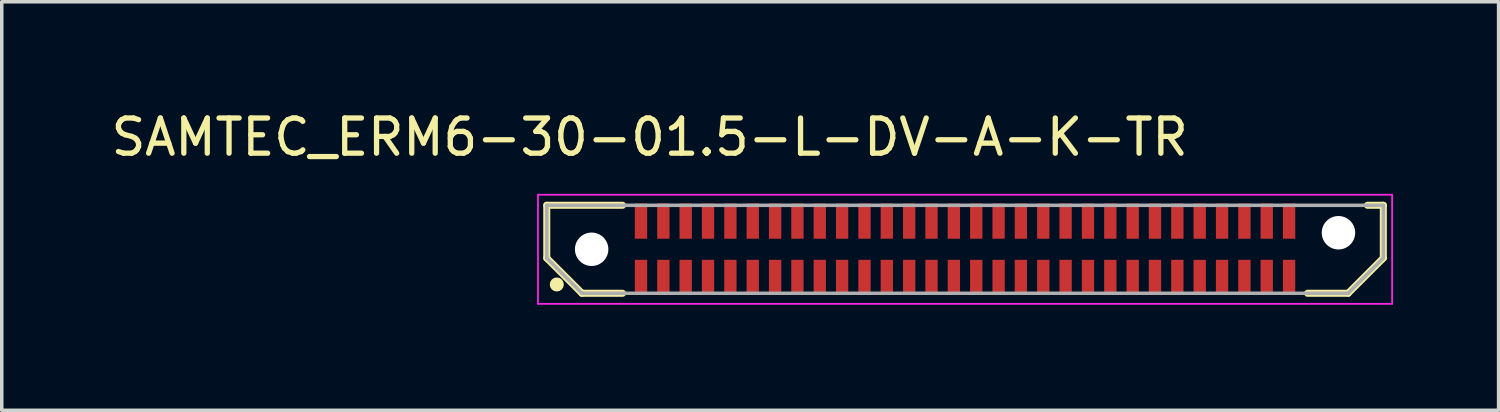
<source format=kicad_pcb>
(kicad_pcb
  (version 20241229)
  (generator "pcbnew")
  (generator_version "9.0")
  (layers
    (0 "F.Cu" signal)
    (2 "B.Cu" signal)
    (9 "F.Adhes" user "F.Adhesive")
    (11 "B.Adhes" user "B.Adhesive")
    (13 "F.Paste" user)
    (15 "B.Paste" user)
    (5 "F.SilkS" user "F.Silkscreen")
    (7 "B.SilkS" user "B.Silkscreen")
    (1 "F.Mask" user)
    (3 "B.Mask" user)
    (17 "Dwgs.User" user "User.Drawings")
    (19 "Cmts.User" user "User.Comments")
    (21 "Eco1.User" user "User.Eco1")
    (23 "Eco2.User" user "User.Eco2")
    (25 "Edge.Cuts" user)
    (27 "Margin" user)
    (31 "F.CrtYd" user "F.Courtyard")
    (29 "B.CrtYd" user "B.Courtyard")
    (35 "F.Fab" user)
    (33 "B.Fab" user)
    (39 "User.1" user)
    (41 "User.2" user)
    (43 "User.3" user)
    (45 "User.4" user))
  (footprint "SAMTEC_ERM6-30-01.5-L-DV-A-K-TR"
    (layer "F.Cu")
    (at 24.371 4.033)
    (property "Reference" "SAMTEC_ERM6-30-01.5-L-DV-A-K-TR" (at -8.96 -3.185 0) (layer "F.SilkS") (effects (font (size 1 1) (thickness 0.15))))
    (attr smd)
    (fp_line (start -11.885 -1.25) (end -9.732 -1.25) (stroke (width 0.2) (type solid)) (layer "F.SilkS"))
    (fp_line (start -11.885 0.25) (end -11.885 -1.25) (stroke (width 0.2) (type solid)) (layer "F.SilkS"))
    (fp_line (start -10.885 1.25) (end -11.885 0.25) (stroke (width 0.2) (type solid)) (layer "F.SilkS"))
    (fp_line (start -9.732 1.25) (end -10.885 1.25) (stroke (width 0.2) (type solid)) (layer "F.SilkS"))
    (fp_line (start 10.885 1.25) (end 9.732 1.25) (stroke (width 0.2) (type solid)) (layer "F.SilkS"))
    (fp_line (start 11.435 -1.25) (end 11.885 -1.25) (stroke (width 0.2) (type solid)) (layer "F.SilkS"))
    (fp_line (start 11.885 -1.25) (end 11.885 0.25) (stroke (width 0.2) (type solid)) (layer "F.SilkS"))
    (fp_line (start 11.885 0.25) (end 10.885 1.25) (stroke (width 0.2) (type solid)) (layer "F.SilkS"))
    (fp_circle (center -11.6 1) (end -11.5 1) (stroke (width 0.2) (type solid)) (fill no) (layer "F.SilkS"))
    (fp_line (start -12.135 -1.55) (end -12.135 1.55) (stroke (width 0.05) (type solid)) (layer "F.CrtYd"))
    (fp_line (start -12.135 1.55) (end 12.135 1.55) (stroke (width 0.05) (type solid)) (layer "F.CrtYd"))
    (fp_line (start 12.135 -1.55) (end -12.135 -1.55) (stroke (width 0.05) (type solid)) (layer "F.CrtYd"))
    (fp_line (start 12.135 1.55) (end 12.135 -1.55) (stroke (width 0.05) (type solid)) (layer "F.CrtYd"))
    (fp_line (start -11.885 -1.25) (end 11.885 -1.25) (stroke (width 0.1) (type solid)) (layer "F.Fab"))
    (fp_line (start -11.885 0.25) (end -11.885 -1.25) (stroke (width 0.1) (type solid)) (layer "F.Fab"))
    (fp_line (start -10.885 1.25) (end -11.885 0.25) (stroke (width 0.1) (type solid)) (layer "F.Fab"))
    (fp_line (start 10.885 1.25) (end -10.885 1.25) (stroke (width 0.1) (type solid)) (layer "F.Fab"))
    (fp_line (start 11.885 -1.25) (end 11.885 0.25) (stroke (width 0.1) (type solid)) (layer "F.Fab"))
    (fp_line (start 11.885 0.25) (end 10.885 1.25) (stroke (width 0.1) (type solid)) (layer "F.Fab"))
    (pad "" np_thru_hole circle (at -10.61 0) (size 0.95 0.95) (drill 0.95) (layers "*.Cu" "*.Mask"))
    (pad "" np_thru_hole circle (at 10.61 -0.47) (size 0.95 0.95) (drill 0.95) (layers "*.Cu" "*.Mask"))
    (pad "1" smd rect (at 9.207 0.8) (size 0.35 1) (layers "F.Cu" "F.Mask" "F.Paste"))
    (pad "2" smd rect (at 9.207 -0.8) (size 0.35 1) (layers "F.Cu" "F.Mask" "F.Paste"))
    (pad "3" smd rect (at 8.572 0.8) (size 0.35 1) (layers "F.Cu" "F.Mask" "F.Paste"))
    (pad "4" smd rect (at 8.572 -0.8) (size 0.35 1) (layers "F.Cu" "F.Mask" "F.Paste"))
    (pad "5" smd rect (at 7.938 0.8) (size 0.35 1) (layers "F.Cu" "F.Mask" "F.Paste"))
    (pad "6" smd rect (at 7.938 -0.8) (size 0.35 1) (layers "F.Cu" "F.Mask" "F.Paste"))
    (pad "7" smd rect (at 7.303 0.8) (size 0.35 1) (layers "F.Cu" "F.Mask" "F.Paste"))
    (pad "8" smd rect (at 7.303 -0.8) (size 0.35 1) (layers "F.Cu" "F.Mask" "F.Paste"))
    (pad "9" smd rect (at 6.668 0.8) (size 0.35 1) (layers "F.Cu" "F.Mask" "F.Paste"))
    (pad "10" smd rect (at 6.668 -0.8) (size 0.35 1) (layers "F.Cu" "F.Mask" "F.Paste"))
    (pad "11" smd rect (at 6.032 0.8) (size 0.35 1) (layers "F.Cu" "F.Mask" "F.Paste"))
    (pad "12" smd rect (at 6.032 -0.8) (size 0.35 1) (layers "F.Cu" "F.Mask" "F.Paste"))
    (pad "13" smd rect (at 5.397 0.8) (size 0.35 1) (layers "F.Cu" "F.Mask" "F.Paste"))
    (pad "14" smd rect (at 5.397 -0.8) (size 0.35 1) (layers "F.Cu" "F.Mask" "F.Paste"))
    (pad "15" smd rect (at 4.763 0.8) (size 0.35 1) (layers "F.Cu" "F.Mask" "F.Paste"))
    (pad "16" smd rect (at 4.763 -0.8) (size 0.35 1) (layers "F.Cu" "F.Mask" "F.Paste"))
    (pad "17" smd rect (at 4.128 0.8) (size 0.35 1) (layers "F.Cu" "F.Mask" "F.Paste"))
    (pad "18" smd rect (at 4.128 -0.8) (size 0.35 1) (layers "F.Cu" "F.Mask" "F.Paste"))
    (pad "19" smd rect (at 3.493 0.8) (size 0.35 1) (layers "F.Cu" "F.Mask" "F.Paste"))
    (pad "20" smd rect (at 3.493 -0.8) (size 0.35 1) (layers "F.Cu" "F.Mask" "F.Paste"))
    (pad "21" smd rect (at 2.857 0.8) (size 0.35 1) (layers "F.Cu" "F.Mask" "F.Paste"))
    (pad "22" smd rect (at 2.857 -0.8) (size 0.35 1) (layers "F.Cu" "F.Mask" "F.Paste"))
    (pad "23" smd rect (at 2.223 0.8) (size 0.35 1) (layers "F.Cu" "F.Mask" "F.Paste"))
    (pad "24" smd rect (at 2.223 -0.8) (size 0.35 1) (layers "F.Cu" "F.Mask" "F.Paste"))
    (pad "25" smd rect (at 1.587 0.8) (size 0.35 1) (layers "F.Cu" "F.Mask" "F.Paste"))
    (pad "26" smd rect (at 1.587 -0.8) (size 0.35 1) (layers "F.Cu" "F.Mask" "F.Paste"))
    (pad "27" smd rect (at 0.953 0.8) (size 0.35 1) (layers "F.Cu" "F.Mask" "F.Paste"))
    (pad "28" smd rect (at 0.953 -0.8) (size 0.35 1) (layers "F.Cu" "F.Mask" "F.Paste"))
    (pad "29" smd rect (at 0.318 0.8) (size 0.35 1) (layers "F.Cu" "F.Mask" "F.Paste"))
    (pad "30" smd rect (at 0.318 -0.8) (size 0.35 1) (layers "F.Cu" "F.Mask" "F.Paste"))
    (pad "31" smd rect (at -0.318 0.8) (size 0.35 1) (layers "F.Cu" "F.Mask" "F.Paste"))
    (pad "32" smd rect (at -0.318 -0.8) (size 0.35 1) (layers "F.Cu" "F.Mask" "F.Paste"))
    (pad "33" smd rect (at -0.953 0.8) (size 0.35 1) (layers "F.Cu" "F.Mask" "F.Paste"))
    (pad "34" smd rect (at -0.953 -0.8) (size 0.35 1) (layers "F.Cu" "F.Mask" "F.Paste"))
    (pad "35" smd rect (at -1.587 0.8) (size 0.35 1) (layers "F.Cu" "F.Mask" "F.Paste"))
    (pad "36" smd rect (at -1.587 -0.8) (size 0.35 1) (layers "F.Cu" "F.Mask" "F.Paste"))
    (pad "37" smd rect (at -2.223 0.8) (size 0.35 1) (layers "F.Cu" "F.Mask" "F.Paste"))
    (pad "38" smd rect (at -2.223 -0.8) (size 0.35 1) (layers "F.Cu" "F.Mask" "F.Paste"))
    (pad "39" smd rect (at -2.857 0.8) (size 0.35 1) (layers "F.Cu" "F.Mask" "F.Paste"))
    (pad "40" smd rect (at -2.857 -0.8) (size 0.35 1) (layers "F.Cu" "F.Mask" "F.Paste"))
    (pad "41" smd rect (at -3.493 0.8) (size 0.35 1) (layers "F.Cu" "F.Mask" "F.Paste"))
    (pad "42" smd rect (at -3.493 -0.8) (size 0.35 1) (layers "F.Cu" "F.Mask" "F.Paste"))
    (pad "43" smd rect (at -4.128 0.8) (size 0.35 1) (layers "F.Cu" "F.Mask" "F.Paste"))
    (pad "44" smd rect (at -4.128 -0.8) (size 0.35 1) (layers "F.Cu" "F.Mask" "F.Paste"))
    (pad "45" smd rect (at -4.763 0.8) (size 0.35 1) (layers "F.Cu" "F.Mask" "F.Paste"))
    (pad "46" smd rect (at -4.763 -0.8) (size 0.35 1) (layers "F.Cu" "F.Mask" "F.Paste"))
    (pad "47" smd rect (at -5.397 0.8) (size 0.35 1) (layers "F.Cu" "F.Mask" "F.Paste"))
    (pad "48" smd rect (at -5.397 -0.8) (size 0.35 1) (layers "F.Cu" "F.Mask" "F.Paste"))
    (pad "49" smd rect (at -6.032 0.8) (size 0.35 1) (layers "F.Cu" "F.Mask" "F.Paste"))
    (pad "50" smd rect (at -6.032 -0.8) (size 0.35 1) (layers "F.Cu" "F.Mask" "F.Paste"))
    (pad "51" smd rect (at -6.668 0.8) (size 0.35 1) (layers "F.Cu" "F.Mask" "F.Paste"))
    (pad "52" smd rect (at -6.668 -0.8) (size 0.35 1) (layers "F.Cu" "F.Mask" "F.Paste"))
    (pad "53" smd rect (at -7.303 0.8) (size 0.35 1) (layers "F.Cu" "F.Mask" "F.Paste"))
    (pad "54" smd rect (at -7.303 -0.8) (size 0.35 1) (layers "F.Cu" "F.Mask" "F.Paste"))
    (pad "55" smd rect (at -7.938 0.8) (size 0.35 1) (layers "F.Cu" "F.Mask" "F.Paste"))
    (pad "56" smd rect (at -7.938 -0.8) (size 0.35 1) (layers "F.Cu" "F.Mask" "F.Paste"))
    (pad "57" smd rect (at -8.572 0.8) (size 0.35 1) (layers "F.Cu" "F.Mask" "F.Paste"))
    (pad "58" smd rect (at -8.572 -0.8) (size 0.35 1) (layers "F.Cu" "F.Mask" "F.Paste"))
    (pad "59" smd rect (at -9.207 0.8) (size 0.35 1) (layers "F.Cu" "F.Mask" "F.Paste"))
    (pad "60" smd rect (at -9.207 -0.8) (size 0.35 1) (layers "F.Cu" "F.Mask" "F.Paste")))
  (gr_rect
    (start -3 -3)
    (end 39.531 8.608)
    (stroke (width 0.1) (type default))
    (fill no)
    (layer "Edge.Cuts")))
</source>
